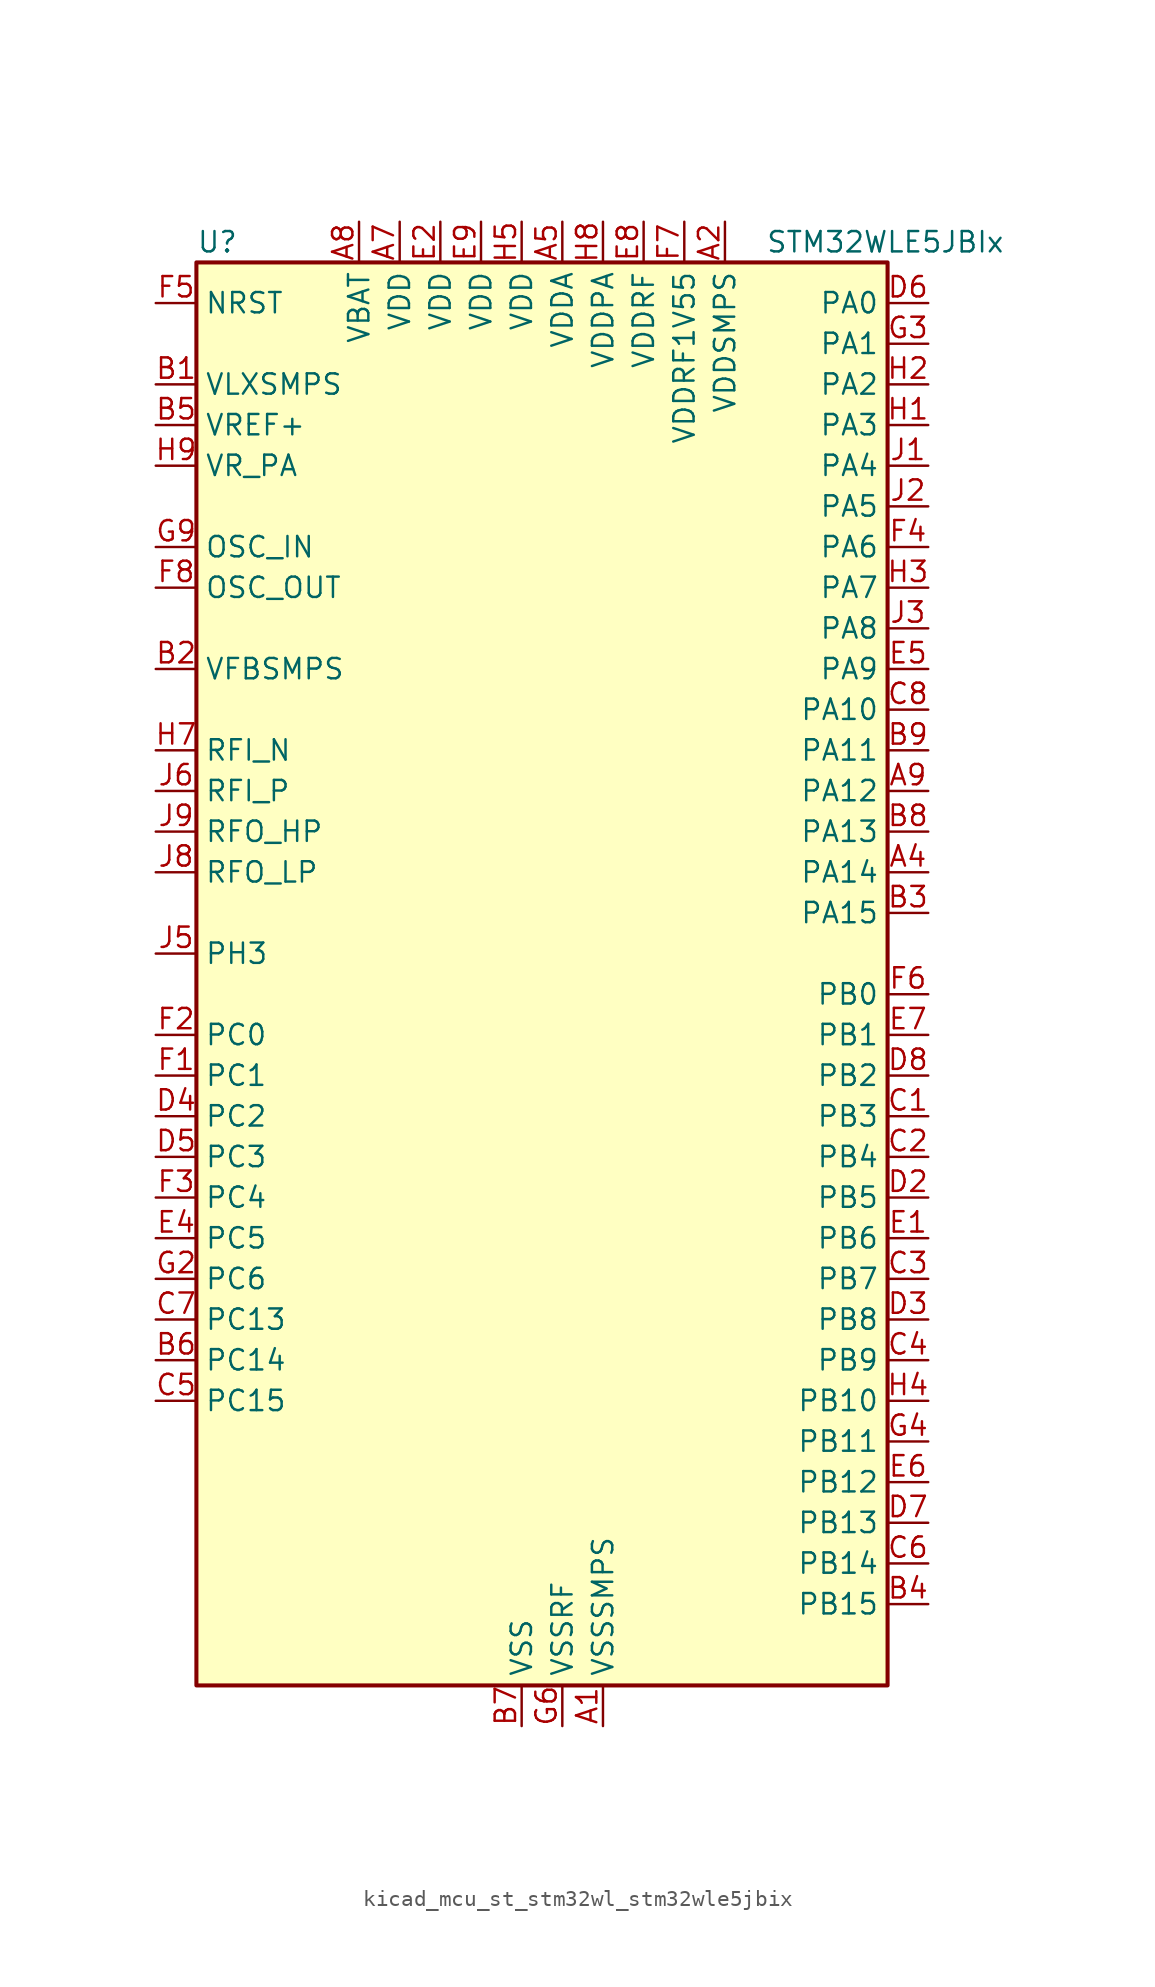
<source format=kicad_sym>
(kicad_symbol_lib
  (version 20220914)
  (generator kicad_symbol_editor)
  (symbol "kicad_mcu_st_stm32wl_stm32wle5jbix"
    (property "Reference" "U"
      (at -20.32 46.99 0)
      (effects (font (size 1.27 1.27)) (justify left)))
    (property "Value" "STM32WLE5JBIx"
      (at 15.24 46.99 0)
      (effects (font (size 1.27 1.27)) (justify left)))
    (property "ki_locked" ""
      (at 0 0 0)
      (effects (font (size 1.27 1.27))))
    (symbol "kicad_mcu_st_stm32wl_stm32wle5jbix_0_1"
      (rectangle (start -20.32 -43.18) (end 22.86 45.72) (stroke (width 0.254) (type default)) (fill (type background))))
    (symbol "kicad_mcu_st_stm32wl_stm32wle5jbix_1_1"
      (pin power_in line (at 5.08 -45.72 90) (length 2.54) (name "VSSSMPS" (effects (font (size 1.27 1.27)))) (number "A1" (effects (font (size 1.27 1.27)))))
      (pin power_in line (at 12.7 48.26 270) (length 2.54) (name "VDDSMPS" (effects (font (size 1.27 1.27)))) (number "A2" (effects (font (size 1.27 1.27)))))
      (pin bidirectional line (at 25.4 7.62 180) (length 2.54) (name "PA14" (effects (font (size 1.27 1.27)))) (number "A4" (effects (font (size 1.27 1.27)))) (alternate "ADC_IN10" bidirectional line) (alternate "DEBUG_JTCK-SWCLK" bidirectional line) (alternate "I2C1_SMBA" bidirectional line) (alternate "LPTIM1_OUT" bidirectional line))
      (pin power_in line (at 2.54 48.26 270) (length 2.54) (name "VDDA" (effects (font (size 1.27 1.27)))) (number "A5" (effects (font (size 1.27 1.27)))))
      (pin power_in line (at -7.62 48.26 270) (length 2.54) (name "VDD" (effects (font (size 1.27 1.27)))) (number "A7" (effects (font (size 1.27 1.27)))))
      (pin power_in line (at -10.16 48.26 270) (length 2.54) (name "VBAT" (effects (font (size 1.27 1.27)))) (number "A8" (effects (font (size 1.27 1.27)))))
      (pin bidirectional line (at 25.4 12.7 180) (length 2.54) (name "PA12" (effects (font (size 1.27 1.27)))) (number "A9" (effects (font (size 1.27 1.27)))) (alternate "ADC_IN8" bidirectional line) (alternate "DEBUG_RF-BUSY" bidirectional line) (alternate "I2C2_SCL" bidirectional line) (alternate "LPTIM3_IN1" bidirectional line) (alternate "SPI1_MOSI" bidirectional line) (alternate "TIM1_ETR" bidirectional line) (alternate "USART1_DE" bidirectional line) (alternate "USART1_RTS" bidirectional line))
      (pin power_in line (at -22.86 38.1 0) (length 2.54) (name "VLXSMPS" (effects (font (size 1.27 1.27)))) (number "B1" (effects (font (size 1.27 1.27)))))
      (pin input line (at -22.86 20.32 0) (length 2.54) (name "VFBSMPS" (effects (font (size 1.27 1.27)))) (number "B2" (effects (font (size 1.27 1.27)))))
      (pin bidirectional line (at 25.4 5.08 180) (length 2.54) (name "PA15" (effects (font (size 1.27 1.27)))) (number "B3" (effects (font (size 1.27 1.27)))) (alternate "ADC_IN11" bidirectional line) (alternate "COMP1_INM" bidirectional line) (alternate "COMP2_INP" bidirectional line) (alternate "DEBUG_JTDI" bidirectional line) (alternate "I2C2_SDA" bidirectional line) (alternate "SPI1_NSS" bidirectional line) (alternate "TIM2_CH1" bidirectional line) (alternate "TIM2_ETR" bidirectional line))
      (pin bidirectional line (at 25.4 -38.1 180) (length 2.54) (name "PB15" (effects (font (size 1.27 1.27)))) (number "B4" (effects (font (size 1.27 1.27)))) (alternate "I2C2_SCL" bidirectional line) (alternate "I2S2_SD" bidirectional line) (alternate "SPI2_MOSI" bidirectional line) (alternate "TIM1_CH3N" bidirectional line))
      (pin input line (at -22.86 35.56 0) (length 2.54) (name "VREF+" (effects (font (size 1.27 1.27)))) (number "B5" (effects (font (size 1.27 1.27)))) (alternate "VREFBUF_OUT" bidirectional line))
      (pin bidirectional line (at -22.86 -22.86 0) (length 2.54) (name "PC14" (effects (font (size 1.27 1.27)))) (number "B6" (effects (font (size 1.27 1.27)))) (alternate "RCC_OSC32_IN" bidirectional line))
      (pin power_in line (at 0 -45.72 90) (length 2.54) (name "VSS" (effects (font (size 1.27 1.27)))) (number "B7" (effects (font (size 1.27 1.27)))))
      (pin bidirectional line (at 25.4 10.16 180) (length 2.54) (name "PA13" (effects (font (size 1.27 1.27)))) (number "B8" (effects (font (size 1.27 1.27)))) (alternate "ADC_IN9" bidirectional line) (alternate "DEBUG_JTMS-SWDIO" bidirectional line) (alternate "I2C2_SMBA" bidirectional line) (alternate "IR_OUT" bidirectional line))
      (pin bidirectional line (at 25.4 15.24 180) (length 2.54) (name "PA11" (effects (font (size 1.27 1.27)))) (number "B9" (effects (font (size 1.27 1.27)))) (alternate "ADC_EXTI11" bidirectional line) (alternate "ADC_IN7" bidirectional line) (alternate "COMP1_INM" bidirectional line) (alternate "COMP2_INM" bidirectional line) (alternate "DEBUG_RF-NRESET" bidirectional line) (alternate "I2C2_SDA" bidirectional line) (alternate "LPTIM3_ETR" bidirectional line) (alternate "SPI1_MISO" bidirectional line) (alternate "TIM1_BKIN2" bidirectional line) (alternate "TIM1_CH4" bidirectional line) (alternate "USART1_CTS" bidirectional line) (alternate "USART1_NSS" bidirectional line))
      (pin bidirectional line (at 25.4 -7.62 180) (length 2.54) (name "PB3" (effects (font (size 1.27 1.27)))) (number "C1" (effects (font (size 1.27 1.27)))) (alternate "ADC_IN2" bidirectional line) (alternate "COMP1_INM" bidirectional line) (alternate "COMP2_INM" bidirectional line) (alternate "DEBUG_JTDO-SWO" bidirectional line) (alternate "DEBUG_RF-DTB1" bidirectional line) (alternate "PWR_WKUP3" bidirectional line) (alternate "RTC_TAMP_IN3" bidirectional line) (alternate "SPI1_SCK" bidirectional line) (alternate "TIM2_CH2" bidirectional line) (alternate "USART1_DE" bidirectional line) (alternate "USART1_RTS" bidirectional line))
      (pin bidirectional line (at 25.4 -10.16 180) (length 2.54) (name "PB4" (effects (font (size 1.27 1.27)))) (number "C2" (effects (font (size 1.27 1.27)))) (alternate "ADC_IN3" bidirectional line) (alternate "COMP1_INP" bidirectional line) (alternate "COMP2_INP" bidirectional line) (alternate "DEBUG_JTRST" bidirectional line) (alternate "DEBUG_RF-LDORDY" bidirectional line) (alternate "I2C3_SDA" bidirectional line) (alternate "SPI1_MISO" bidirectional line) (alternate "TIM17_BKIN" bidirectional line) (alternate "USART1_CTS" bidirectional line) (alternate "USART1_NSS" bidirectional line))
      (pin bidirectional line (at 25.4 -17.78 180) (length 2.54) (name "PB7" (effects (font (size 1.27 1.27)))) (number "C3" (effects (font (size 1.27 1.27)))) (alternate "I2C1_SDA" bidirectional line) (alternate "LPTIM1_IN2" bidirectional line) (alternate "PWR_PVD_IN" bidirectional line) (alternate "TIM17_CH1N" bidirectional line) (alternate "TIM1_BKIN" bidirectional line) (alternate "USART1_RX" bidirectional line))
      (pin bidirectional line (at 25.4 -22.86 180) (length 2.54) (name "PB9" (effects (font (size 1.27 1.27)))) (number "C4" (effects (font (size 1.27 1.27)))) (alternate "DAC_EXTI9" bidirectional line) (alternate "I2C1_SDA" bidirectional line) (alternate "I2S2_WS" bidirectional line) (alternate "IR_OUT" bidirectional line) (alternate "SPI2_NSS" bidirectional line) (alternate "TIM17_CH1" bidirectional line) (alternate "TIM1_CH3N" bidirectional line))
      (pin bidirectional line (at -22.86 -25.4 0) (length 2.54) (name "PC15" (effects (font (size 1.27 1.27)))) (number "C5" (effects (font (size 1.27 1.27)))) (alternate "RCC_OSC32_OUT" bidirectional line))
      (pin bidirectional line (at 25.4 -35.56 180) (length 2.54) (name "PB14" (effects (font (size 1.27 1.27)))) (number "C6" (effects (font (size 1.27 1.27)))) (alternate "ADC_IN1" bidirectional line) (alternate "I2C3_SDA" bidirectional line) (alternate "I2S2_MCK" bidirectional line) (alternate "SPI2_MISO" bidirectional line) (alternate "TIM1_CH2N" bidirectional line))
      (pin bidirectional line (at -22.86 -20.32 0) (length 2.54) (name "PC13" (effects (font (size 1.27 1.27)))) (number "C7" (effects (font (size 1.27 1.27)))) (alternate "PWR_WKUP2" bidirectional line) (alternate "RTC_OUT1" bidirectional line) (alternate "RTC_TAMP_IN1" bidirectional line) (alternate "RTC_TS" bidirectional line))
      (pin bidirectional line (at 25.4 17.78 180) (length 2.54) (name "PA10" (effects (font (size 1.27 1.27)))) (number "C8" (effects (font (size 1.27 1.27)))) (alternate "ADC_IN6" bidirectional line) (alternate "COMP1_INM" bidirectional line) (alternate "COMP2_INM" bidirectional line) (alternate "DAC_OUT1" bidirectional line) (alternate "DEBUG_RF-HSE32RDY" bidirectional line) (alternate "I2C1_SDA" bidirectional line) (alternate "I2S2_SD" bidirectional line) (alternate "RTC_REFIN" bidirectional line) (alternate "SPI2_MOSI" bidirectional line) (alternate "TIM17_BKIN" bidirectional line) (alternate "TIM1_CH3" bidirectional line) (alternate "USART1_RX" bidirectional line))
      (pin bidirectional line (at 25.4 -12.7 180) (length 2.54) (name "PB5" (effects (font (size 1.27 1.27)))) (number "D2" (effects (font (size 1.27 1.27)))) (alternate "COMP2_OUT" bidirectional line) (alternate "I2C1_SMBA" bidirectional line) (alternate "LPTIM1_IN1" bidirectional line) (alternate "SPI1_MOSI" bidirectional line) (alternate "TIM16_BKIN" bidirectional line) (alternate "USART1_CK" bidirectional line))
      (pin bidirectional line (at 25.4 -20.32 180) (length 2.54) (name "PB8" (effects (font (size 1.27 1.27)))) (number "D3" (effects (font (size 1.27 1.27)))) (alternate "I2C1_SCL" bidirectional line) (alternate "TIM16_CH1" bidirectional line) (alternate "TIM1_CH2N" bidirectional line))
      (pin bidirectional line (at -22.86 -7.62 0) (length 2.54) (name "PC2" (effects (font (size 1.27 1.27)))) (number "D4" (effects (font (size 1.27 1.27)))) (alternate "LPTIM1_IN2" bidirectional line) (alternate "SPI2_MISO" bidirectional line))
      (pin bidirectional line (at -22.86 -10.16 0) (length 2.54) (name "PC3" (effects (font (size 1.27 1.27)))) (number "D5" (effects (font (size 1.27 1.27)))) (alternate "I2S2_SD" bidirectional line) (alternate "LPTIM1_ETR" bidirectional line) (alternate "LPTIM2_ETR" bidirectional line) (alternate "SPI2_MOSI" bidirectional line))
      (pin bidirectional line (at 25.4 43.18 180) (length 2.54) (name "PA0" (effects (font (size 1.27 1.27)))) (number "D6" (effects (font (size 1.27 1.27)))) (alternate "COMP1_OUT" bidirectional line) (alternate "DEBUG_PWR-REGLP1S" bidirectional line) (alternate "I2C3_SMBA" bidirectional line) (alternate "I2S_CKIN" bidirectional line) (alternate "PWR_WKUP1" bidirectional line) (alternate "RTC_TAMP_IN2" bidirectional line) (alternate "TIM2_CH1" bidirectional line) (alternate "TIM2_ETR" bidirectional line) (alternate "USART2_CTS" bidirectional line) (alternate "USART2_NSS" bidirectional line))
      (pin bidirectional line (at 25.4 -33.02 180) (length 2.54) (name "PB13" (effects (font (size 1.27 1.27)))) (number "D7" (effects (font (size 1.27 1.27)))) (alternate "ADC_IN0" bidirectional line) (alternate "I2C3_SCL" bidirectional line) (alternate "I2S2_CK" bidirectional line) (alternate "LPUART1_CTS" bidirectional line) (alternate "SPI2_SCK" bidirectional line) (alternate "TIM1_CH1N" bidirectional line))
      (pin bidirectional line (at 25.4 -5.08 180) (length 2.54) (name "PB2" (effects (font (size 1.27 1.27)))) (number "D8" (effects (font (size 1.27 1.27)))) (alternate "ADC_IN4" bidirectional line) (alternate "COMP1_INP" bidirectional line) (alternate "COMP2_INM" bidirectional line) (alternate "DEBUG_RF-SMPSRDY" bidirectional line) (alternate "I2C3_SMBA" bidirectional line) (alternate "LPTIM1_OUT" bidirectional line) (alternate "SPI1_NSS" bidirectional line))
      (pin passive line (at 0 -45.72 90) (length 2.54) hide (name "VSS" (effects (font (size 1.27 1.27)))) (number "D9" (effects (font (size 1.27 1.27)))))
      (pin bidirectional line (at 25.4 -15.24 180) (length 2.54) (name "PB6" (effects (font (size 1.27 1.27)))) (number "E1" (effects (font (size 1.27 1.27)))) (alternate "I2C1_SCL" bidirectional line) (alternate "LPTIM1_ETR" bidirectional line) (alternate "TIM16_CH1N" bidirectional line) (alternate "USART1_TX" bidirectional line))
      (pin power_in line (at -5.08 48.26 270) (length 2.54) (name "VDD" (effects (font (size 1.27 1.27)))) (number "E2" (effects (font (size 1.27 1.27)))))
      (pin passive line (at 0 -45.72 90) (length 2.54) hide (name "VSS" (effects (font (size 1.27 1.27)))) (number "E3" (effects (font (size 1.27 1.27)))))
      (pin bidirectional line (at -22.86 -15.24 0) (length 2.54) (name "PC5" (effects (font (size 1.27 1.27)))) (number "E4" (effects (font (size 1.27 1.27)))))
      (pin bidirectional line (at 25.4 20.32 180) (length 2.54) (name "PA9" (effects (font (size 1.27 1.27)))) (number "E5" (effects (font (size 1.27 1.27)))) (alternate "DAC_EXTI9" bidirectional line) (alternate "I2C1_SCL" bidirectional line) (alternate "I2S2_CK" bidirectional line) (alternate "I2S2_WS" bidirectional line) (alternate "SPI2_NSS" bidirectional line) (alternate "SPI2_SCK" bidirectional line) (alternate "TIM1_CH2" bidirectional line) (alternate "USART1_TX" bidirectional line))
      (pin bidirectional line (at 25.4 -30.48 180) (length 2.54) (name "PB12" (effects (font (size 1.27 1.27)))) (number "E6" (effects (font (size 1.27 1.27)))) (alternate "I2C3_SMBA" bidirectional line) (alternate "I2S2_WS" bidirectional line) (alternate "LPUART1_RTS" bidirectional line) (alternate "SPI2_NSS" bidirectional line) (alternate "TIM1_BKIN" bidirectional line))
      (pin bidirectional line (at 25.4 -2.54 180) (length 2.54) (name "PB1" (effects (font (size 1.27 1.27)))) (number "E7" (effects (font (size 1.27 1.27)))) (alternate "ADC_IN5" bidirectional line) (alternate "COMP2_INP" bidirectional line) (alternate "LPTIM2_IN1" bidirectional line) (alternate "LPUART1_DE" bidirectional line) (alternate "LPUART1_RTS" bidirectional line))
      (pin power_in line (at 7.62 48.26 270) (length 2.54) (name "VDDRF" (effects (font (size 1.27 1.27)))) (number "E8" (effects (font (size 1.27 1.27)))))
      (pin power_in line (at -2.54 48.26 270) (length 2.54) (name "VDD" (effects (font (size 1.27 1.27)))) (number "E9" (effects (font (size 1.27 1.27)))))
      (pin bidirectional line (at -22.86 -5.08 0) (length 2.54) (name "PC1" (effects (font (size 1.27 1.27)))) (number "F1" (effects (font (size 1.27 1.27)))) (alternate "I2C3_SDA" bidirectional line) (alternate "I2S2_SD" bidirectional line) (alternate "LPTIM1_OUT" bidirectional line) (alternate "LPUART1_TX" bidirectional line) (alternate "SPI2_MOSI" bidirectional line))
      (pin bidirectional line (at -22.86 -2.54 0) (length 2.54) (name "PC0" (effects (font (size 1.27 1.27)))) (number "F2" (effects (font (size 1.27 1.27)))) (alternate "I2C3_SCL" bidirectional line) (alternate "LPTIM1_IN1" bidirectional line) (alternate "LPTIM2_IN1" bidirectional line) (alternate "LPUART1_RX" bidirectional line))
      (pin bidirectional line (at -22.86 -12.7 0) (length 2.54) (name "PC4" (effects (font (size 1.27 1.27)))) (number "F3" (effects (font (size 1.27 1.27)))))
      (pin bidirectional line (at 25.4 27.94 180) (length 2.54) (name "PA6" (effects (font (size 1.27 1.27)))) (number "F4" (effects (font (size 1.27 1.27)))) (alternate "DEBUG_SUBGHZSPI-MISOOUT" bidirectional line) (alternate "I2C2_SMBA" bidirectional line) (alternate "LPUART1_CTS" bidirectional line) (alternate "SPI1_MISO" bidirectional line) (alternate "TIM16_CH1" bidirectional line) (alternate "TIM1_BKIN" bidirectional line))
      (pin input line (at -22.86 43.18 0) (length 2.54) (name "NRST" (effects (font (size 1.27 1.27)))) (number "F5" (effects (font (size 1.27 1.27)))))
      (pin bidirectional line (at 25.4 0 180) (length 2.54) (name "PB0" (effects (font (size 1.27 1.27)))) (number "F6" (effects (font (size 1.27 1.27)))) (alternate "COMP1_OUT" bidirectional line) (alternate "VDDTCXO" bidirectional line))
      (pin power_in line (at 10.16 48.26 270) (length 2.54) (name "VDDRF1V55" (effects (font (size 1.27 1.27)))) (number "F7" (effects (font (size 1.27 1.27)))))
      (pin input line (at -22.86 25.4 0) (length 2.54) (name "OSC_OUT" (effects (font (size 1.27 1.27)))) (number "F8" (effects (font (size 1.27 1.27)))) (alternate "RCC_OSC_OUT" bidirectional line))
      (pin bidirectional line (at -22.86 -17.78 0) (length 2.54) (name "PC6" (effects (font (size 1.27 1.27)))) (number "G2" (effects (font (size 1.27 1.27)))) (alternate "I2S2_MCK" bidirectional line))
      (pin bidirectional line (at 25.4 40.64 180) (length 2.54) (name "PA1" (effects (font (size 1.27 1.27)))) (number "G3" (effects (font (size 1.27 1.27)))) (alternate "DEBUG_PWR-REGLP2S" bidirectional line) (alternate "I2C1_SMBA" bidirectional line) (alternate "LPTIM3_OUT" bidirectional line) (alternate "LPUART1_RTS" bidirectional line) (alternate "SPI1_SCK" bidirectional line) (alternate "TIM2_CH2" bidirectional line) (alternate "USART2_DE" bidirectional line) (alternate "USART2_RTS" bidirectional line))
      (pin bidirectional line (at 25.4 -27.94 180) (length 2.54) (name "PB11" (effects (font (size 1.27 1.27)))) (number "G4" (effects (font (size 1.27 1.27)))) (alternate "ADC_EXTI11" bidirectional line) (alternate "COMP2_OUT" bidirectional line) (alternate "I2C3_SDA" bidirectional line) (alternate "LPUART1_TX" bidirectional line) (alternate "TIM2_CH4" bidirectional line))
      (pin passive line (at 0 -45.72 90) (length 2.54) hide (name "VSS" (effects (font (size 1.27 1.27)))) (number "G5" (effects (font (size 1.27 1.27)))))
      (pin power_in line (at 2.54 -45.72 90) (length 2.54) (name "VSSRF" (effects (font (size 1.27 1.27)))) (number "G6" (effects (font (size 1.27 1.27)))))
      (pin passive line (at 2.54 -45.72 90) (length 2.54) hide (name "VSSRF" (effects (font (size 1.27 1.27)))) (number "G7" (effects (font (size 1.27 1.27)))))
      (pin passive line (at 2.54 -45.72 90) (length 2.54) hide (name "VSSRF" (effects (font (size 1.27 1.27)))) (number "G8" (effects (font (size 1.27 1.27)))))
      (pin input line (at -22.86 27.94 0) (length 2.54) (name "OSC_IN" (effects (font (size 1.27 1.27)))) (number "G9" (effects (font (size 1.27 1.27)))) (alternate "RCC_OSC_IN" bidirectional line))
      (pin bidirectional line (at 25.4 35.56 180) (length 2.54) (name "PA3" (effects (font (size 1.27 1.27)))) (number "H1" (effects (font (size 1.27 1.27)))) (alternate "I2S2_MCK" bidirectional line) (alternate "LPUART1_RX" bidirectional line) (alternate "TIM2_CH4" bidirectional line) (alternate "USART2_RX" bidirectional line))
      (pin bidirectional line (at 25.4 38.1 180) (length 2.54) (name "PA2" (effects (font (size 1.27 1.27)))) (number "H2" (effects (font (size 1.27 1.27)))) (alternate "COMP2_OUT" bidirectional line) (alternate "DEBUG_PWR-LDORDY" bidirectional line) (alternate "LPUART1_TX" bidirectional line) (alternate "RCC_LSCO" bidirectional line) (alternate "TIM2_CH3" bidirectional line) (alternate "USART2_TX" bidirectional line))
      (pin bidirectional line (at 25.4 25.4 180) (length 2.54) (name "PA7" (effects (font (size 1.27 1.27)))) (number "H3" (effects (font (size 1.27 1.27)))) (alternate "COMP2_OUT" bidirectional line) (alternate "DEBUG_SUBGHZSPI-MOSIOUT" bidirectional line) (alternate "I2C3_SCL" bidirectional line) (alternate "SPI1_MOSI" bidirectional line) (alternate "TIM17_CH1" bidirectional line) (alternate "TIM1_CH1N" bidirectional line))
      (pin bidirectional line (at 25.4 -25.4 180) (length 2.54) (name "PB10" (effects (font (size 1.27 1.27)))) (number "H4" (effects (font (size 1.27 1.27)))) (alternate "COMP1_OUT" bidirectional line) (alternate "I2C3_SCL" bidirectional line) (alternate "I2S2_CK" bidirectional line) (alternate "LPUART1_RX" bidirectional line) (alternate "SPI2_SCK" bidirectional line) (alternate "TIM2_CH3" bidirectional line))
      (pin power_in line (at 0 48.26 270) (length 2.54) (name "VDD" (effects (font (size 1.27 1.27)))) (number "H5" (effects (font (size 1.27 1.27)))))
      (pin passive line (at 2.54 -45.72 90) (length 2.54) hide (name "VSSRF" (effects (font (size 1.27 1.27)))) (number "H6" (effects (font (size 1.27 1.27)))))
      (pin bidirectional line (at -22.86 15.24 0) (length 2.54) (name "RFI_N" (effects (font (size 1.27 1.27)))) (number "H7" (effects (font (size 1.27 1.27)))))
      (pin power_in line (at 5.08 48.26 270) (length 2.54) (name "VDDPA" (effects (font (size 1.27 1.27)))) (number "H8" (effects (font (size 1.27 1.27)))))
      (pin power_in line (at -22.86 33.02 0) (length 2.54) (name "VR_PA" (effects (font (size 1.27 1.27)))) (number "H9" (effects (font (size 1.27 1.27)))))
      (pin bidirectional line (at 25.4 33.02 180) (length 2.54) (name "PA4" (effects (font (size 1.27 1.27)))) (number "J1" (effects (font (size 1.27 1.27)))) (alternate "DEBUG_SUBGHZSPI-NSSOUT" bidirectional line) (alternate "LPTIM1_OUT" bidirectional line) (alternate "LPTIM2_OUT" bidirectional line) (alternate "RTC_OUT2" bidirectional line) (alternate "SPI1_NSS" bidirectional line) (alternate "USART2_CK" bidirectional line))
      (pin bidirectional line (at 25.4 30.48 180) (length 2.54) (name "PA5" (effects (font (size 1.27 1.27)))) (number "J2" (effects (font (size 1.27 1.27)))) (alternate "DEBUG_SUBGHZSPI-SCKOUT" bidirectional line) (alternate "LPTIM2_ETR" bidirectional line) (alternate "SPI1_SCK" bidirectional line) (alternate "SPI2_MISO" bidirectional line) (alternate "TIM2_CH1" bidirectional line) (alternate "TIM2_ETR" bidirectional line))
      (pin bidirectional line (at 25.4 22.86 180) (length 2.54) (name "PA8" (effects (font (size 1.27 1.27)))) (number "J3" (effects (font (size 1.27 1.27)))) (alternate "I2S2_CK" bidirectional line) (alternate "LPTIM2_OUT" bidirectional line) (alternate "RCC_MCO" bidirectional line) (alternate "SPI2_SCK" bidirectional line) (alternate "TIM1_CH1" bidirectional line) (alternate "USART1_CK" bidirectional line))
      (pin bidirectional line (at -22.86 2.54 0) (length 2.54) (name "PH3" (effects (font (size 1.27 1.27)))) (number "J5" (effects (font (size 1.27 1.27)))))
      (pin bidirectional line (at -22.86 12.7 0) (length 2.54) (name "RFI_P" (effects (font (size 1.27 1.27)))) (number "J6" (effects (font (size 1.27 1.27)))))
      (pin bidirectional line (at -22.86 7.62 0) (length 2.54) (name "RFO_LP" (effects (font (size 1.27 1.27)))) (number "J8" (effects (font (size 1.27 1.27)))))
      (pin bidirectional line (at -22.86 10.16 0) (length 2.54) (name "RFO_HP" (effects (font (size 1.27 1.27)))) (number "J9" (effects (font (size 1.27 1.27))))))))
</source>
